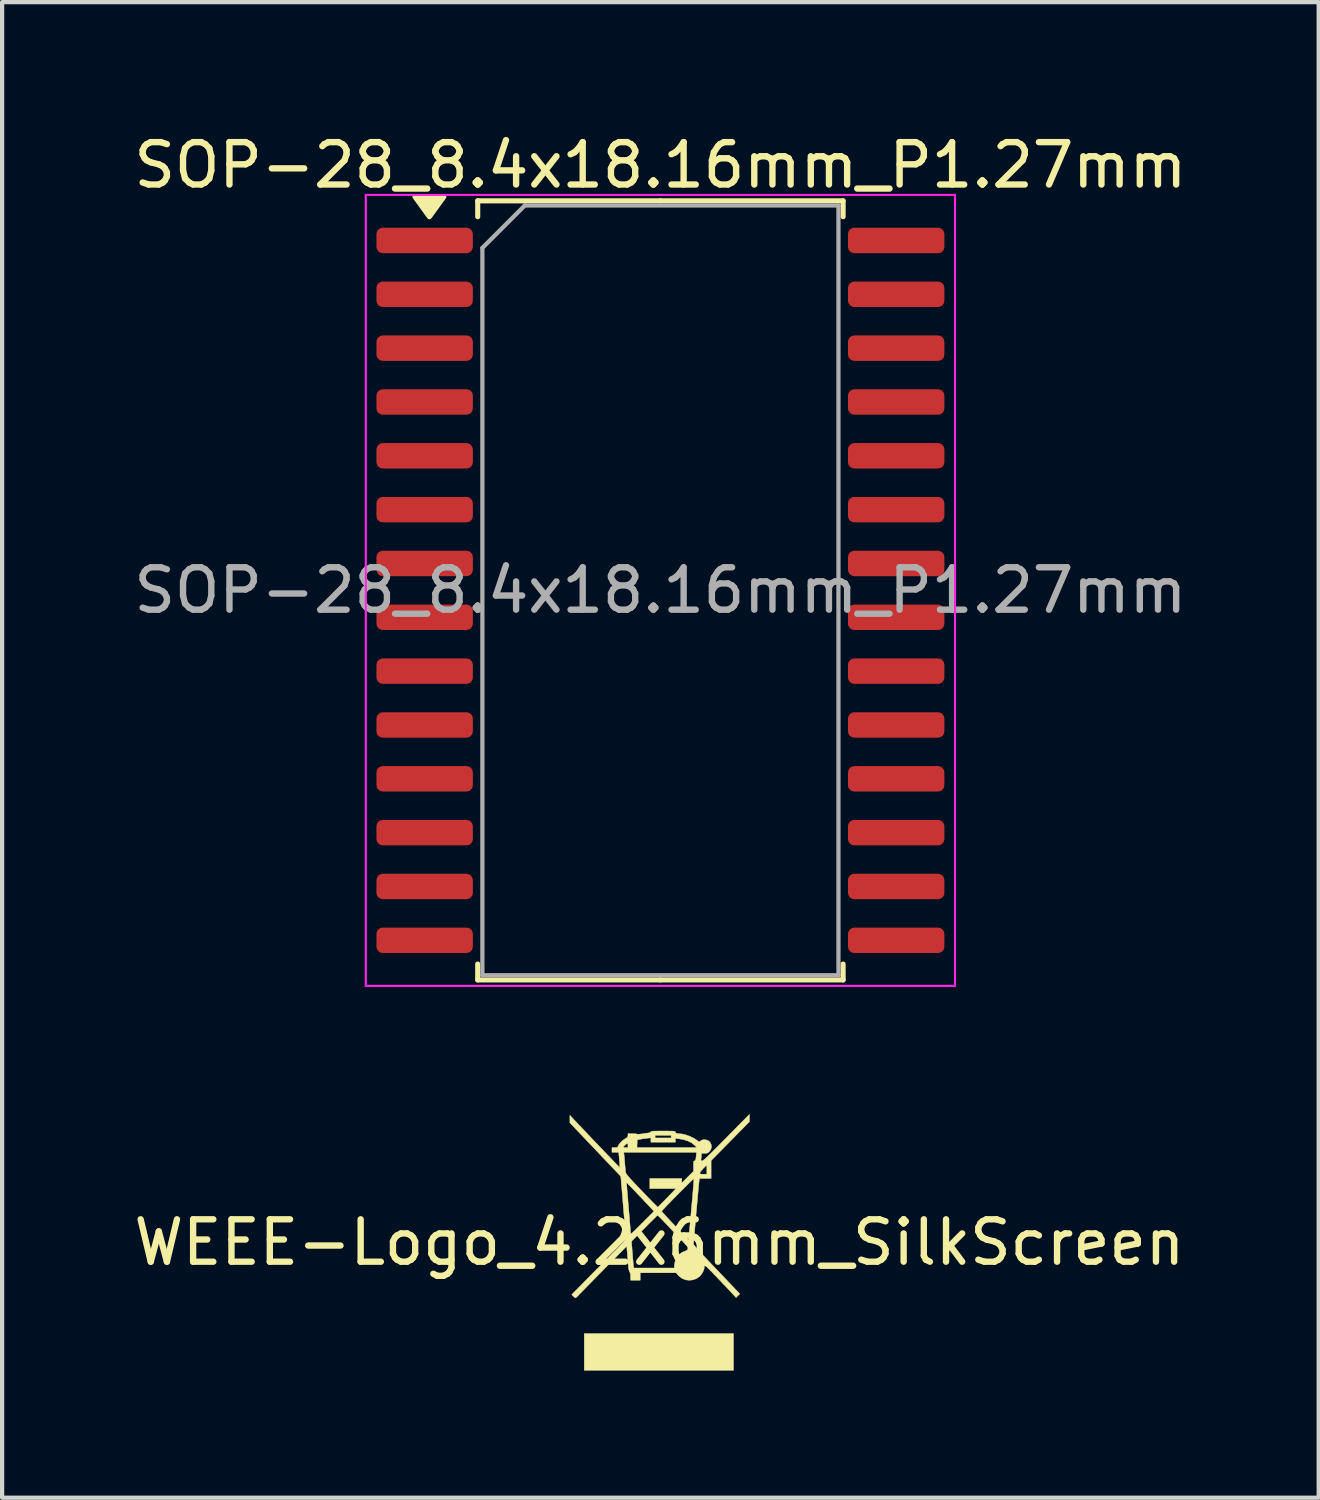
<source format=kicad_pcb>
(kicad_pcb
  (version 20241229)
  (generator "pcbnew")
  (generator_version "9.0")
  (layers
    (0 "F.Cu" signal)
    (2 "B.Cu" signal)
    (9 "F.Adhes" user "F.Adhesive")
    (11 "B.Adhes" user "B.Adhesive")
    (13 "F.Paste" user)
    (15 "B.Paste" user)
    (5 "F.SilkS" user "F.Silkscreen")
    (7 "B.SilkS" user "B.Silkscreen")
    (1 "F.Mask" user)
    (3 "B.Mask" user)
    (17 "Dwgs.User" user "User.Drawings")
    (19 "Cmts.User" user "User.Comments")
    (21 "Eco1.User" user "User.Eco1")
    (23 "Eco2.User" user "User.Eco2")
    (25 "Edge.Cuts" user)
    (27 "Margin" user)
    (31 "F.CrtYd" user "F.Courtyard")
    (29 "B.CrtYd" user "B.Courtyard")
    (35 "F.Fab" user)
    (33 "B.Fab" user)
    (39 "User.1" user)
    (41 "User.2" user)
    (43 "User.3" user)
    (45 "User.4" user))
  (footprint "WEEE-Logo_4.2x6mm_SilkScreen"
    (layer "F.Cu")
    (at 12.506 26.26)
    (property "Reference" "WEEE-Logo_4.2x6mm_SilkScreen" (at 0 0 0) (layer "F.SilkS") (effects (font (size 1 1) (thickness 0.15))))
    (attr exclude_from_pos_files exclude_from_bom allow_missing_courtyard)
    (fp_poly (pts (xy 1.748 3.018) (xy -1.773 3.018) (xy -1.773 2.15) (xy 1.748 2.15) (xy 1.748 3.018)) (stroke (width 0.01) (type solid)) (fill yes) (layer "F.SilkS"))
    (fp_poly (pts (xy 2.124 -2.935) (xy 2.124 -2.848) (xy 1.672 -2.389) (xy 1.22 -1.93) (xy 1.22 -1.72) (xy 1.22 -1.509) (xy 0.945 -1.509) (xy 0.938 -1.455) (xy 0.935 -1.431) (xy 0.93 -1.385) (xy 0.924 -1.321) (xy 0.917 -1.24) (xy 0.908 -1.146) (xy 0.899 -1.041) (xy 0.889 -0.929) (xy 0.878 -0.811) (xy 0.867 -0.692) (xy 0.857 -0.572) (xy 0.847 -0.456) (xy 0.837 -0.345) (xy 0.828 -0.243) (xy 0.821 -0.153) (xy 0.814 -0.076) (xy 0.809 -0.017) (xy 0.806 0.024) (xy 0.805 0.042) (xy 0.805 0.042) (xy 0.813 0.056) (xy 0.836 0.086) (xy 0.875 0.131) (xy 0.93 0.193) (xy 1.001 0.27) (xy 1.089 0.365) (xy 1.194 0.476) (xy 1.317 0.605) (xy 1.351 0.641) (xy 1.897 1.213) (xy 1.809 1.301) (xy 1.737 1.224) (xy 1.711 1.196) (xy 1.671 1.152) (xy 1.618 1.096) (xy 1.556 1.031) (xy 1.487 0.958) (xy 1.414 0.882) (xy 1.371 0.837) (xy 1.289 0.751) (xy 1.224 0.683) (xy 1.172 0.63) (xy 1.132 0.592) (xy 1.103 0.567) (xy 1.083 0.554) (xy 1.07 0.552) (xy 1.062 0.56) (xy 1.059 0.575) (xy 1.057 0.598) (xy 1.057 0.604) (xy 1.048 0.647) (xy 1.024 0.699) (xy 0.992 0.751) (xy 0.955 0.796) (xy 0.94 0.81) (xy 0.865 0.859) (xy 0.776 0.886) (xy 0.698 0.893) (xy 0.609 0.881) (xy 0.528 0.845) (xy 0.455 0.787) (xy 0.442 0.772) (xy 0.393 0.717) (xy -0.453 0.717) (xy -0.453 0.893) (xy -0.679 0.893) (xy -0.679 0.811) (xy -0.682 0.754) (xy -0.691 0.715) (xy -0.703 0.694) (xy -0.711 0.679) (xy -0.718 0.657) (xy -0.725 0.625) (xy -0.731 0.58) (xy -0.737 0.518) (xy -0.744 0.436) (xy -0.749 0.375) (xy -0.771 0.089) (xy -1.314 0.639) (xy -1.412 0.738) (xy -1.506 0.834) (xy -1.594 0.924) (xy -1.675 1.006) (xy -1.747 1.08) (xy -1.809 1.143) (xy -1.857 1.193) (xy -1.892 1.228) (xy -1.91 1.248) (xy -1.941 1.279) (xy -1.966 1.301) (xy -1.98 1.308) (xy -1.997 1.299) (xy -2.022 1.278) (xy -2.031 1.27) (xy -2.068 1.232) (xy -1.867 1.028) (xy -1.816 0.976) (xy -1.75 0.909) (xy -1.672 0.83) (xy -1.585 0.742) (xy -1.492 0.648) (xy -1.395 0.551) (xy -1.298 0.453) (xy -1.229 0.383) (xy -1.124 0.277) (xy -1.035 0.186) (xy -0.962 0.111) (xy -0.904 0.05) (xy -0.859 0.001) (xy -0.837 -0.024) (xy -0.659 -0.024) (xy -0.636 0.262) (xy -0.63 0.345) (xy -0.623 0.422) (xy -0.617 0.487) (xy -0.612 0.537) (xy -0.609 0.568) (xy -0.607 0.575) (xy -0.601 0.604) (xy 0.349 0.604) (xy 0.355 0.525) (xy 0.374 0.431) (xy 0.414 0.349) (xy 0.473 0.28) (xy 0.547 0.228) (xy 0.63 0.197) (xy 0.657 0.182) (xy 0.671 0.151) (xy 0.671 0.149) (xy 0.673 0.136) (xy 0.671 0.123) (xy 0.663 0.106) (xy 0.648 0.084) (xy 0.623 0.055) (xy 0.587 0.015) (xy 0.538 -0.038) (xy 0.473 -0.107) (xy 0.468 -0.111) (xy 0.399 -0.184) (xy 0.324 -0.263) (xy 0.251 -0.34) (xy 0.183 -0.412) (xy 0.126 -0.472) (xy 0.113 -0.485) (xy 0.065 -0.536) (xy 0.021 -0.58) (xy -0.013 -0.613) (xy -0.036 -0.633) (xy -0.044 -0.637) (xy -0.056 -0.628) (xy -0.083 -0.603) (xy -0.123 -0.564) (xy -0.175 -0.513) (xy -0.235 -0.453) (xy -0.303 -0.385) (xy -0.358 -0.329) (xy -0.659 -0.024) (xy -0.837 -0.024) (xy -0.827 -0.036) (xy -0.805 -0.062) (xy -0.794 -0.08) (xy -0.792 -0.088) (xy -0.793 -0.106) (xy -0.796 -0.147) (xy -0.8 -0.208) (xy -0.806 -0.287) (xy -0.814 -0.382) (xy -0.823 -0.49) (xy -0.832 -0.609) (xy -0.843 -0.737) (xy -0.851 -0.839) (xy -0.899 -1.415) (xy -0.776 -1.415) (xy -0.775 -1.403) (xy -0.773 -1.368) (xy -0.768 -1.313) (xy -0.763 -1.24) (xy -0.755 -1.152) (xy -0.747 -1.052) (xy -0.738 -0.941) (xy -0.729 -0.836) (xy -0.719 -0.717) (xy -0.709 -0.604) (xy -0.701 -0.501) (xy -0.693 -0.41) (xy -0.687 -0.333) (xy -0.683 -0.274) (xy -0.68 -0.235) (xy -0.679 -0.22) (xy -0.678 -0.211) (xy -0.673 -0.207) (xy -0.663 -0.211) (xy -0.646 -0.223) (xy -0.62 -0.245) (xy -0.583 -0.28) (xy -0.534 -0.328) (xy -0.471 -0.391) (xy -0.403 -0.458) (xy -0.128 -0.734) (xy -0.13 -0.736) (xy 0.053 -0.736) (xy 0.061 -0.724) (xy 0.084 -0.697) (xy 0.12 -0.658) (xy 0.166 -0.607) (xy 0.22 -0.549) (xy 0.28 -0.485) (xy 0.343 -0.419) (xy 0.407 -0.351) (xy 0.47 -0.285) (xy 0.529 -0.224) (xy 0.582 -0.169) (xy 0.626 -0.124) (xy 0.66 -0.09) (xy 0.681 -0.07) (xy 0.686 -0.066) (xy 0.688 -0.079) (xy 0.692 -0.115) (xy 0.698 -0.171) (xy 0.705 -0.246) (xy 0.714 -0.337) (xy 0.724 -0.441) (xy 0.734 -0.557) (xy 0.746 -0.683) (xy 0.755 -0.784) (xy 0.767 -0.916) (xy 0.778 -1.039) (xy 0.787 -1.153) (xy 0.796 -1.255) (xy 0.803 -1.343) (xy 0.808 -1.413) (xy 0.812 -1.465) (xy 0.814 -1.496) (xy 0.814 -1.504) (xy 0.804 -1.497) (xy 0.778 -1.474) (xy 0.74 -1.438) (xy 0.691 -1.39) (xy 0.633 -1.332) (xy 0.569 -1.268) (xy 0.5 -1.2) (xy 0.429 -1.128) (xy 0.359 -1.057) (xy 0.29 -0.987) (xy 0.227 -0.922) (xy 0.17 -0.863) (xy 0.122 -0.812) (xy 0.085 -0.773) (xy 0.061 -0.747) (xy 0.053 -0.736) (xy -0.13 -0.736) (xy -0.23 -0.844) (xy -0.283 -0.9) (xy -0.342 -0.962) (xy -0.404 -1.029) (xy -0.469 -1.097) (xy -0.533 -1.164) (xy -0.594 -1.228) (xy -0.65 -1.287) (xy -0.699 -1.337) (xy -0.737 -1.377) (xy -0.764 -1.404) (xy -0.775 -1.415) (xy -0.776 -1.415) (xy -0.899 -1.415) (xy -0.911 -1.559) (xy -1.512 -2.191) (xy -2.112 -2.822) (xy -2.112 -2.911) (xy -2.112 -2.999) (xy -2.015 -2.895) (xy -1.96 -2.838) (xy -1.896 -2.77) (xy -1.824 -2.693) (xy -1.745 -2.611) (xy -1.662 -2.523) (xy -1.576 -2.433) (xy -1.489 -2.342) (xy -1.403 -2.251) (xy -1.318 -2.163) (xy -1.238 -2.079) (xy -1.163 -2.002) (xy -1.096 -1.932) (xy -1.039 -1.872) (xy -0.992 -1.824) (xy -0.957 -1.789) (xy -0.938 -1.77) (xy -0.933 -1.766) (xy -0.933 -1.779) (xy -0.935 -1.813) (xy -0.938 -1.862) (xy -0.943 -1.923) (xy -0.945 -1.947) (xy -0.96 -2.125) (xy -0.843 -2.125) (xy -0.837 -2.097) (xy -0.834 -2.074) (xy -0.83 -2.032) (xy -0.824 -1.976) (xy -0.819 -1.91) (xy -0.817 -1.886) (xy -0.812 -1.817) (xy -0.806 -1.752) (xy -0.801 -1.698) (xy -0.798 -1.662) (xy -0.797 -1.655) (xy -0.793 -1.642) (xy -0.786 -1.626) (xy -0.773 -1.606) (xy -0.754 -1.58) (xy -0.726 -1.547) (xy -0.688 -1.504) (xy -0.638 -1.45) (xy -0.575 -1.383) (xy -0.497 -1.301) (xy -0.418 -1.218) (xy -0.34 -1.136) (xy -0.266 -1.06) (xy -0.2 -0.992) (xy -0.142 -0.933) (xy -0.095 -0.887) (xy -0.061 -0.853) (xy -0.041 -0.835) (xy -0.037 -0.833) (xy -0.026 -0.842) (xy 0.000029 -0.868) (xy 0.038 -0.906) (xy 0.087 -0.955) (xy 0.142 -1.012) (xy 0.182 -1.053) (xy 0.392 -1.27) (xy -0.226 -1.27) (xy -0.226 -1.509) (xy 0.528 -1.509) (xy 0.528 -1.402) (xy 0.666 -1.54) (xy 0.765 -1.638) (xy 0.956 -1.638) (xy 0.957 -1.623) (xy 0.967 -1.614) (xy 0.989 -1.61) (xy 1.03 -1.61) (xy 1.037 -1.61) (xy 1.119 -1.61) (xy 1.119 -1.829) (xy 1.037 -1.748) (xy 0.991 -1.699) (xy 0.964 -1.661) (xy 0.956 -1.638) (xy 0.765 -1.638) (xy 0.805 -1.678) (xy 0.805 -1.801) (xy 0.805 -1.858) (xy 0.807 -1.893) (xy 0.811 -1.913) (xy 0.818 -1.922) (xy 0.829 -1.924) (xy 0.841 -1.927) (xy 0.85 -1.937) (xy 0.857 -1.96) (xy 0.863 -1.998) (xy 0.869 -2.057) (xy 0.871 -2.078) (xy 0.875 -2.125) (xy -0.843 -2.125) (xy -0.96 -2.125) (xy -1.119 -2.125) (xy -1.119 -2.238) (xy -1.051 -2.238) (xy -1.012 -2.239) (xy -0.99 -2.245) (xy -0.987 -2.248) (xy -0.849 -2.248) (xy -0.841 -2.241) (xy -0.816 -2.238) (xy -0.799 -2.238) (xy -0.742 -2.238) (xy -0.529 -2.238) (xy 0.885 -2.238) (xy 0.837 -2.287) (xy 0.763 -2.348) (xy 0.671 -2.394) (xy 0.56 -2.428) (xy 0.45 -2.446) (xy 0.377 -2.455) (xy 0.377 -2.364) (xy -0.201 -2.364) (xy -0.201 -2.467) (xy -0.286 -2.459) (xy -0.345 -2.451) (xy -0.409 -2.442) (xy -0.446 -2.435) (xy -0.522 -2.42) (xy -0.526 -2.329) (xy -0.529 -2.238) (xy -0.742 -2.238) (xy -0.742 -2.289) (xy -0.744 -2.32) (xy -0.748 -2.338) (xy -0.749 -2.339) (xy -0.768 -2.331) (xy -0.795 -2.311) (xy -0.822 -2.287) (xy -0.841 -2.265) (xy -0.843 -2.262) (xy -0.849 -2.248) (xy -0.987 -2.248) (xy -0.98 -2.257) (xy -0.975 -2.27) (xy -0.958 -2.305) (xy -0.925 -2.347) (xy -0.882 -2.391) (xy -0.834 -2.429) (xy -0.803 -2.449) (xy -0.767 -2.471) (xy -0.749 -2.49) (xy -0.742 -2.511) (xy -0.742 -2.524) (xy -0.742 -2.527) (xy -0.101 -2.527) (xy -0.101 -2.465) (xy 0.277 -2.465) (xy 0.277 -2.527) (xy -0.101 -2.527) (xy -0.742 -2.527) (xy -0.742 -2.565) (xy -0.636 -2.565) (xy -0.587 -2.564) (xy -0.549 -2.561) (xy -0.528 -2.556) (xy -0.526 -2.555) (xy -0.513 -2.552) (xy -0.48 -2.553) (xy -0.434 -2.558) (xy -0.402 -2.562) (xy -0.345 -2.571) (xy -0.293 -2.578) (xy -0.254 -2.584) (xy -0.242 -2.586) (xy -0.212 -2.595) (xy -0.201 -2.61) (xy -0.198 -2.616) (xy -0.186 -2.62) (xy -0.163 -2.624) (xy -0.126 -2.626) (xy -0.072 -2.627) (xy 0.001 -2.628) (xy 0.088 -2.628) (xy 0.181 -2.628) (xy 0.251 -2.627) (xy 0.302 -2.626) (xy 0.337 -2.624) (xy 0.359 -2.621) (xy 0.371 -2.617) (xy 0.376 -2.611) (xy 0.377 -2.604) (xy 0.385 -2.582) (xy 0.41 -2.57) (xy 0.456 -2.565) (xy 0.464 -2.565) (xy 0.542 -2.557) (xy 0.63 -2.535) (xy 0.721 -2.502) (xy 0.807 -2.461) (xy 0.879 -2.414) (xy 0.888 -2.407) (xy 0.919 -2.383) (xy 0.937 -2.373) (xy 0.949 -2.377) (xy 0.962 -2.389) (xy 1 -2.414) (xy 1.05 -2.424) (xy 1.104 -2.419) (xy 1.153 -2.4) (xy 1.191 -2.368) (xy 1.194 -2.365) (xy 1.223 -2.305) (xy 1.228 -2.244) (xy 1.211 -2.186) (xy 1.171 -2.135) (xy 1.166 -2.131) (xy 1.138 -2.111) (xy 1.11 -2.102) (xy 1.07 -2.101) (xy 1.06 -2.102) (xy 1.021 -2.103) (xy 1.001 -2.1) (xy 0.994 -2.09) (xy 0.993 -2.081) (xy 0.992 -2.054) (xy 0.988 -2.014) (xy 0.985 -1.99) (xy 0.981 -1.952) (xy 0.983 -1.932) (xy 0.992 -1.925) (xy 1.009 -1.924) (xy 1.019 -1.927) (xy 1.036 -1.938) (xy 1.059 -1.956) (xy 1.091 -1.985) (xy 1.133 -2.024) (xy 1.186 -2.075) (xy 1.251 -2.139) (xy 1.329 -2.217) (xy 1.422 -2.31) (xy 1.531 -2.42) (xy 1.583 -2.473) (xy 2.125 -3.022) (xy 2.124 -2.935)) (stroke (width 0.01) (type solid)) (fill yes) (layer "F.SilkS")))
  (footprint "SOP-28_8.4x18.16mm_P1.27mm"
    (layer "F.Cu")
    (at 12.53 10.878)
    (property "Reference" "SOP-28_8.4x18.16mm_P1.27mm" (at 0 -10.03 0) (layer "F.SilkS") (effects (font (size 1 1) (thickness 0.15))))
    (attr smd)
    (fp_line (start -4.31 -9.19) (end -4.31 -8.815) (stroke (width 0.12) (type solid)) (layer "F.SilkS"))
    (fp_line (start -4.31 9.19) (end -4.31 8.815) (stroke (width 0.12) (type solid)) (layer "F.SilkS"))
    (fp_line (start 0 -9.19) (end -4.31 -9.19) (stroke (width 0.12) (type solid)) (layer "F.SilkS"))
    (fp_line (start 0 -9.19) (end 4.31 -9.19) (stroke (width 0.12) (type solid)) (layer "F.SilkS"))
    (fp_line (start 0 9.19) (end -4.31 9.19) (stroke (width 0.12) (type solid)) (layer "F.SilkS"))
    (fp_line (start 0 9.19) (end 4.31 9.19) (stroke (width 0.12) (type solid)) (layer "F.SilkS"))
    (fp_line (start 4.31 -9.19) (end 4.31 -8.815) (stroke (width 0.12) (type solid)) (layer "F.SilkS"))
    (fp_line (start 4.31 9.19) (end 4.31 8.815) (stroke (width 0.12) (type solid)) (layer "F.SilkS"))
    (fp_poly (pts (xy -5.45 -8.815) (xy -5.79 -9.285) (xy -5.11 -9.285) (xy -5.45 -8.815)) (stroke (width 0.12) (type solid)) (fill yes) (layer "F.SilkS"))
    (fp_line (start -6.95 -9.33) (end -6.95 9.33) (stroke (width 0.05) (type solid)) (layer "F.CrtYd"))
    (fp_line (start -6.95 9.33) (end 6.95 9.33) (stroke (width 0.05) (type solid)) (layer "F.CrtYd"))
    (fp_line (start 6.95 -9.33) (end -6.95 -9.33) (stroke (width 0.05) (type solid)) (layer "F.CrtYd"))
    (fp_line (start 6.95 9.33) (end 6.95 -9.33) (stroke (width 0.05) (type solid)) (layer "F.CrtYd"))
    (fp_line (start -4.2 -8.08) (end -3.2 -9.08) (stroke (width 0.1) (type solid)) (layer "F.Fab"))
    (fp_line (start -4.2 9.08) (end -4.2 -8.08) (stroke (width 0.1) (type solid)) (layer "F.Fab"))
    (fp_line (start -3.2 -9.08) (end 4.2 -9.08) (stroke (width 0.1) (type solid)) (layer "F.Fab"))
    (fp_line (start 4.2 -9.08) (end 4.2 9.08) (stroke (width 0.1) (type solid)) (layer "F.Fab"))
    (fp_line (start 4.2 9.08) (end -4.2 9.08) (stroke (width 0.1) (type solid)) (layer "F.Fab"))
    (fp_text user "${REFERENCE}" (at 0 0 0) (layer "F.Fab") (effects (font (size 1 1) (thickness 0.15))))
    (pad "1" smd roundrect (at -5.562 -8.255) (size 2.275 0.6) (layers "F.Cu" "F.Mask" "F.Paste") (roundrect_rratio 0.25))
    (pad "2" smd roundrect (at -5.562 -6.985) (size 2.275 0.6) (layers "F.Cu" "F.Mask" "F.Paste") (roundrect_rratio 0.25))
    (pad "3" smd roundrect (at -5.562 -5.715) (size 2.275 0.6) (layers "F.Cu" "F.Mask" "F.Paste") (roundrect_rratio 0.25))
    (pad "4" smd roundrect (at -5.562 -4.445) (size 2.275 0.6) (layers "F.Cu" "F.Mask" "F.Paste") (roundrect_rratio 0.25))
    (pad "5" smd roundrect (at -5.562 -3.175) (size 2.275 0.6) (layers "F.Cu" "F.Mask" "F.Paste") (roundrect_rratio 0.25))
    (pad "6" smd roundrect (at -5.562 -1.905) (size 2.275 0.6) (layers "F.Cu" "F.Mask" "F.Paste") (roundrect_rratio 0.25))
    (pad "7" smd roundrect (at -5.562 -0.635) (size 2.275 0.6) (layers "F.Cu" "F.Mask" "F.Paste") (roundrect_rratio 0.25))
    (pad "8" smd roundrect (at -5.562 0.635) (size 2.275 0.6) (layers "F.Cu" "F.Mask" "F.Paste") (roundrect_rratio 0.25))
    (pad "9" smd roundrect (at -5.562 1.905) (size 2.275 0.6) (layers "F.Cu" "F.Mask" "F.Paste") (roundrect_rratio 0.25))
    (pad "10" smd roundrect (at -5.562 3.175) (size 2.275 0.6) (layers "F.Cu" "F.Mask" "F.Paste") (roundrect_rratio 0.25))
    (pad "11" smd roundrect (at -5.562 4.445) (size 2.275 0.6) (layers "F.Cu" "F.Mask" "F.Paste") (roundrect_rratio 0.25))
    (pad "12" smd roundrect (at -5.562 5.715) (size 2.275 0.6) (layers "F.Cu" "F.Mask" "F.Paste") (roundrect_rratio 0.25))
    (pad "13" smd roundrect (at -5.562 6.985) (size 2.275 0.6) (layers "F.Cu" "F.Mask" "F.Paste") (roundrect_rratio 0.25))
    (pad "14" smd roundrect (at -5.562 8.255) (size 2.275 0.6) (layers "F.Cu" "F.Mask" "F.Paste") (roundrect_rratio 0.25))
    (pad "15" smd roundrect (at 5.562 8.255) (size 2.275 0.6) (layers "F.Cu" "F.Mask" "F.Paste") (roundrect_rratio 0.25))
    (pad "16" smd roundrect (at 5.562 6.985) (size 2.275 0.6) (layers "F.Cu" "F.Mask" "F.Paste") (roundrect_rratio 0.25))
    (pad "17" smd roundrect (at 5.562 5.715) (size 2.275 0.6) (layers "F.Cu" "F.Mask" "F.Paste") (roundrect_rratio 0.25))
    (pad "18" smd roundrect (at 5.562 4.445) (size 2.275 0.6) (layers "F.Cu" "F.Mask" "F.Paste") (roundrect_rratio 0.25))
    (pad "19" smd roundrect (at 5.562 3.175) (size 2.275 0.6) (layers "F.Cu" "F.Mask" "F.Paste") (roundrect_rratio 0.25))
    (pad "20" smd roundrect (at 5.562 1.905) (size 2.275 0.6) (layers "F.Cu" "F.Mask" "F.Paste") (roundrect_rratio 0.25))
    (pad "21" smd roundrect (at 5.562 0.635) (size 2.275 0.6) (layers "F.Cu" "F.Mask" "F.Paste") (roundrect_rratio 0.25))
    (pad "22" smd roundrect (at 5.562 -0.635) (size 2.275 0.6) (layers "F.Cu" "F.Mask" "F.Paste") (roundrect_rratio 0.25))
    (pad "23" smd roundrect (at 5.562 -1.905) (size 2.275 0.6) (layers "F.Cu" "F.Mask" "F.Paste") (roundrect_rratio 0.25))
    (pad "24" smd roundrect (at 5.562 -3.175) (size 2.275 0.6) (layers "F.Cu" "F.Mask" "F.Paste") (roundrect_rratio 0.25))
    (pad "25" smd roundrect (at 5.562 -4.445) (size 2.275 0.6) (layers "F.Cu" "F.Mask" "F.Paste") (roundrect_rratio 0.25))
    (pad "26" smd roundrect (at 5.562 -5.715) (size 2.275 0.6) (layers "F.Cu" "F.Mask" "F.Paste") (roundrect_rratio 0.25))
    (pad "27" smd roundrect (at 5.562 -6.985) (size 2.275 0.6) (layers "F.Cu" "F.Mask" "F.Paste") (roundrect_rratio 0.25))
    (pad "28" smd roundrect (at 5.562 -8.255) (size 2.275 0.6) (layers "F.Cu" "F.Mask" "F.Paste") (roundrect_rratio 0.25)))
  (gr_rect
    (start -3 -3)
    (end 28.06 32.283)
    (stroke (width 0.1) (type default))
    (fill no)
    (layer "Edge.Cuts")))
</source>
